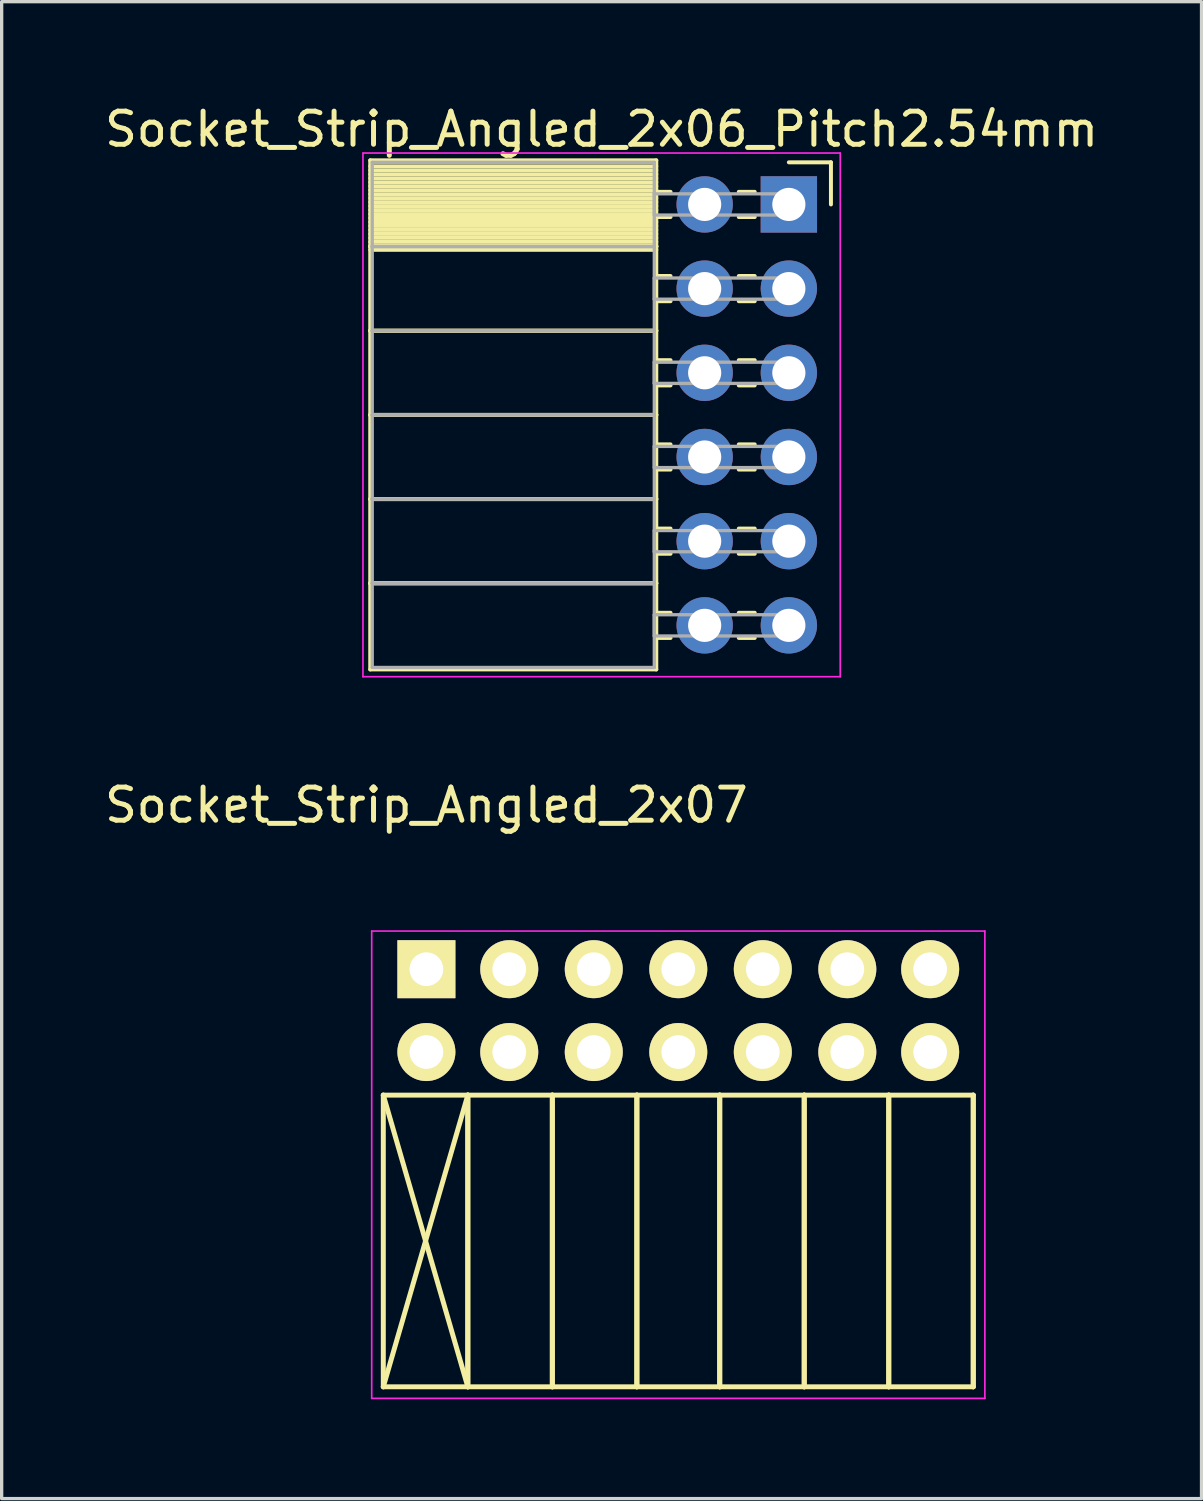
<source format=kicad_pcb>
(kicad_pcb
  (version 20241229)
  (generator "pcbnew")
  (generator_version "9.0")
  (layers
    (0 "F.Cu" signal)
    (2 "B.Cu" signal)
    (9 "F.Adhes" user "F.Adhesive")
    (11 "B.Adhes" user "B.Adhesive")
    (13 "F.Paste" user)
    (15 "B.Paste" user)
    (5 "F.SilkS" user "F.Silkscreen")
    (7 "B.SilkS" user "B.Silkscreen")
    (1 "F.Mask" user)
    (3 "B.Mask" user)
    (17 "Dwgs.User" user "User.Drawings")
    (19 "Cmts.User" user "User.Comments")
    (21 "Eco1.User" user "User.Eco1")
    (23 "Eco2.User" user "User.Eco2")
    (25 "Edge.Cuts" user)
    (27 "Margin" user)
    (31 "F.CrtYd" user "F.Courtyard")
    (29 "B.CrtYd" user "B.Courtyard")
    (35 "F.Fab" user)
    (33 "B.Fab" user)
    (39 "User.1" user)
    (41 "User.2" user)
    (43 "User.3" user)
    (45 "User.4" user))
  (footprint "Socket_Strip_Angled_2x07"
    (layer "F.Cu")
    (at 9.815 26.192)
    (property "Reference" "Socket_Strip_Angled_2x07" (at 0 -4.95 0) (layer "F.SilkS") (effects (font (size 1 1) (thickness 0.15))))
    (attr through_hole)
    (fp_line (start -1.3 3.8) (end -1.3 12.6) (stroke (width 0.15) (type solid)) (layer "F.SilkS"))
    (fp_line (start -1.3 3.8) (end 1.25 3.8) (stroke (width 0.15) (type solid)) (layer "F.SilkS"))
    (fp_line (start -1.3 3.8) (end 1.25 12.6) (stroke (width 0.15) (type solid)) (layer "F.SilkS"))
    (fp_line (start -1.3 12.6) (end 1.25 3.8) (stroke (width 0.15) (type solid)) (layer "F.SilkS"))
    (fp_line (start -1.3 12.6) (end 1.25 12.6) (stroke (width 0.15) (type solid)) (layer "F.SilkS"))
    (fp_line (start 1.25 3.8) (end 1.25 12.6) (stroke (width 0.15) (type solid)) (layer "F.SilkS"))
    (fp_line (start 1.25 3.8) (end 3.8 3.8) (stroke (width 0.15) (type solid)) (layer "F.SilkS"))
    (fp_line (start 1.25 12.6) (end 1.25 3.8) (stroke (width 0.15) (type solid)) (layer "F.SilkS"))
    (fp_line (start 1.25 12.6) (end 3.8 12.6) (stroke (width 0.15) (type solid)) (layer "F.SilkS"))
    (fp_line (start 3.8 3.8) (end 3.8 12.6) (stroke (width 0.15) (type solid)) (layer "F.SilkS"))
    (fp_line (start 3.8 3.8) (end 6.35 3.8) (stroke (width 0.15) (type solid)) (layer "F.SilkS"))
    (fp_line (start 3.8 12.6) (end 3.8 3.8) (stroke (width 0.15) (type solid)) (layer "F.SilkS"))
    (fp_line (start 3.8 12.6) (end 6.35 12.6) (stroke (width 0.15) (type solid)) (layer "F.SilkS"))
    (fp_line (start 6.35 3.8) (end 6.35 12.6) (stroke (width 0.15) (type solid)) (layer "F.SilkS"))
    (fp_line (start 6.35 3.8) (end 8.85 3.8) (stroke (width 0.15) (type solid)) (layer "F.SilkS"))
    (fp_line (start 6.35 12.6) (end 6.35 3.8) (stroke (width 0.15) (type solid)) (layer "F.SilkS"))
    (fp_line (start 6.35 12.6) (end 8.85 12.6) (stroke (width 0.15) (type solid)) (layer "F.SilkS"))
    (fp_line (start 8.85 3.8) (end 8.85 12.6) (stroke (width 0.15) (type solid)) (layer "F.SilkS"))
    (fp_line (start 8.85 3.8) (end 11.4 3.8) (stroke (width 0.15) (type solid)) (layer "F.SilkS"))
    (fp_line (start 8.85 12.6) (end 8.85 3.8) (stroke (width 0.15) (type solid)) (layer "F.SilkS"))
    (fp_line (start 8.85 12.6) (end 11.4 12.6) (stroke (width 0.15) (type solid)) (layer "F.SilkS"))
    (fp_line (start 11.4 3.8) (end 11.4 12.6) (stroke (width 0.15) (type solid)) (layer "F.SilkS"))
    (fp_line (start 11.4 3.8) (end 13.95 3.8) (stroke (width 0.15) (type solid)) (layer "F.SilkS"))
    (fp_line (start 11.4 12.6) (end 11.4 3.8) (stroke (width 0.15) (type solid)) (layer "F.SilkS"))
    (fp_line (start 11.4 12.6) (end 13.95 12.6) (stroke (width 0.15) (type solid)) (layer "F.SilkS"))
    (fp_line (start 13.95 3.8) (end 13.95 12.6) (stroke (width 0.15) (type solid)) (layer "F.SilkS"))
    (fp_line (start 13.95 3.8) (end 16.5 3.8) (stroke (width 0.15) (type solid)) (layer "F.SilkS"))
    (fp_line (start 13.95 12.6) (end 13.95 3.8) (stroke (width 0.15) (type solid)) (layer "F.SilkS"))
    (fp_line (start 13.95 12.6) (end 16.5 12.6) (stroke (width 0.15) (type solid)) (layer "F.SilkS"))
    (fp_line (start 16.5 3.8) (end 16.5 12.6) (stroke (width 0.15) (type solid)) (layer "F.SilkS"))
    (fp_line (start 16.5 12.6) (end 16.5 3.8) (stroke (width 0.15) (type solid)) (layer "F.SilkS"))
    (fp_line (start -1.65 -1.15) (end -1.65 12.95) (stroke (width 0.05) (type solid)) (layer "F.CrtYd"))
    (fp_line (start -1.65 -1.15) (end 16.85 -1.15) (stroke (width 0.05) (type solid)) (layer "F.CrtYd"))
    (fp_line (start -1.65 12.95) (end 16.85 12.95) (stroke (width 0.05) (type solid)) (layer "F.CrtYd"))
    (fp_line (start 16.85 -1.15) (end 16.85 12.95) (stroke (width 0.05) (type solid)) (layer "F.CrtYd"))
    (pad "1" thru_hole rect (at 0 0) (size 1.75 1.75) (drill 1.016) (layers "*.Cu" "*.Mask" "F.SilkS"))
    (pad "2" thru_hole oval (at 0 2.5) (size 1.75 1.75) (drill 1.016) (layers "*.Cu" "*.Mask" "F.SilkS"))
    (pad "3" thru_hole oval (at 2.5 0) (size 1.75 1.75) (drill 1.016) (layers "*.Cu" "*.Mask" "F.SilkS"))
    (pad "4" thru_hole oval (at 2.5 2.5) (size 1.75 1.75) (drill 1.016) (layers "*.Cu" "*.Mask" "F.SilkS"))
    (pad "5" thru_hole oval (at 5.05 0) (size 1.75 1.75) (drill 1.016) (layers "*.Cu" "*.Mask" "F.SilkS"))
    (pad "6" thru_hole oval (at 5.05 2.5) (size 1.75 1.75) (drill 1.016) (layers "*.Cu" "*.Mask" "F.SilkS"))
    (pad "7" thru_hole oval (at 7.6 0) (size 1.75 1.75) (drill 1.016) (layers "*.Cu" "*.Mask" "F.SilkS"))
    (pad "8" thru_hole oval (at 7.6 2.5) (size 1.75 1.75) (drill 1.016) (layers "*.Cu" "*.Mask" "F.SilkS"))
    (pad "9" thru_hole oval (at 10.15 0) (size 1.75 1.75) (drill 1.016) (layers "*.Cu" "*.Mask" "F.SilkS"))
    (pad "10" thru_hole oval (at 10.15 2.5) (size 1.75 1.75) (drill 1.016) (layers "*.Cu" "*.Mask" "F.SilkS"))
    (pad "11" thru_hole oval (at 12.7 0) (size 1.75 1.75) (drill 1.016) (layers "*.Cu" "*.Mask" "F.SilkS"))
    (pad "12" thru_hole oval (at 12.7 2.5) (size 1.75 1.75) (drill 1.016) (layers "*.Cu" "*.Mask" "F.SilkS"))
    (pad "13" thru_hole oval (at 15.2 0) (size 1.75 1.75) (drill 1.016) (layers "*.Cu" "*.Mask" "F.SilkS"))
    (pad "14" thru_hole oval (at 15.2 2.5) (size 1.75 1.75) (drill 1.016) (layers "*.Cu" "*.Mask" "F.SilkS")))
  (footprint "Socket_Strip_Angled_2x06_Pitch2.54mm"
    (layer "F.Cu")
    (at 20.751 3.118)
    (property "Reference" "Socket_Strip_Angled_2x06_Pitch2.54mm" (at -5.65 -2.27 0) (layer "F.SilkS") (effects (font (size 1 1) (thickness 0.15))))
    (attr through_hole)
    (fp_line (start -12.63 -1.33) (end -4 -1.33) (stroke (width 0.12) (type solid)) (layer "F.SilkS"))
    (fp_line (start -12.63 1.27) (end -12.63 -1.33) (stroke (width 0.12) (type solid)) (layer "F.SilkS"))
    (fp_line (start -12.63 1.27) (end -4 1.27) (stroke (width 0.12) (type solid)) (layer "F.SilkS"))
    (fp_line (start -12.63 3.81) (end -12.63 1.27) (stroke (width 0.12) (type solid)) (layer "F.SilkS"))
    (fp_line (start -12.63 3.81) (end -4 3.81) (stroke (width 0.12) (type solid)) (layer "F.SilkS"))
    (fp_line (start -12.63 6.35) (end -12.63 3.81) (stroke (width 0.12) (type solid)) (layer "F.SilkS"))
    (fp_line (start -12.63 6.35) (end -4 6.35) (stroke (width 0.12) (type solid)) (layer "F.SilkS"))
    (fp_line (start -12.63 8.89) (end -12.63 6.35) (stroke (width 0.12) (type solid)) (layer "F.SilkS"))
    (fp_line (start -12.63 8.89) (end -4 8.89) (stroke (width 0.12) (type solid)) (layer "F.SilkS"))
    (fp_line (start -12.63 11.43) (end -12.63 8.89) (stroke (width 0.12) (type solid)) (layer "F.SilkS"))
    (fp_line (start -12.63 11.43) (end -4 11.43) (stroke (width 0.12) (type solid)) (layer "F.SilkS"))
    (fp_line (start -12.63 14.03) (end -12.63 11.43) (stroke (width 0.12) (type solid)) (layer "F.SilkS"))
    (fp_line (start -4 -1.33) (end -4 1.27) (stroke (width 0.12) (type solid)) (layer "F.SilkS"))
    (fp_line (start -4 -1.15) (end -12.63 -1.15) (stroke (width 0.12) (type solid)) (layer "F.SilkS"))
    (fp_line (start -4 -1.03) (end -12.63 -1.03) (stroke (width 0.12) (type solid)) (layer "F.SilkS"))
    (fp_line (start -4 -0.91) (end -12.63 -0.91) (stroke (width 0.12) (type solid)) (layer "F.SilkS"))
    (fp_line (start -4 -0.79) (end -12.63 -0.79) (stroke (width 0.12) (type solid)) (layer "F.SilkS"))
    (fp_line (start -4 -0.67) (end -12.63 -0.67) (stroke (width 0.12) (type solid)) (layer "F.SilkS"))
    (fp_line (start -4 -0.55) (end -12.63 -0.55) (stroke (width 0.12) (type solid)) (layer "F.SilkS"))
    (fp_line (start -4 -0.43) (end -12.63 -0.43) (stroke (width 0.12) (type solid)) (layer "F.SilkS"))
    (fp_line (start -4 -0.31) (end -12.63 -0.31) (stroke (width 0.12) (type solid)) (layer "F.SilkS"))
    (fp_line (start -4 -0.19) (end -12.63 -0.19) (stroke (width 0.12) (type solid)) (layer "F.SilkS"))
    (fp_line (start -4 -0.07) (end -12.63 -0.07) (stroke (width 0.12) (type solid)) (layer "F.SilkS"))
    (fp_line (start -4 0.05) (end -12.63 0.05) (stroke (width 0.12) (type solid)) (layer "F.SilkS"))
    (fp_line (start -4 0.17) (end -12.63 0.17) (stroke (width 0.12) (type solid)) (layer "F.SilkS"))
    (fp_line (start -4 0.29) (end -12.63 0.29) (stroke (width 0.12) (type solid)) (layer "F.SilkS"))
    (fp_line (start -4 0.41) (end -12.63 0.41) (stroke (width 0.12) (type solid)) (layer "F.SilkS"))
    (fp_line (start -4 0.53) (end -12.63 0.53) (stroke (width 0.12) (type solid)) (layer "F.SilkS"))
    (fp_line (start -4 0.65) (end -12.63 0.65) (stroke (width 0.12) (type solid)) (layer "F.SilkS"))
    (fp_line (start -4 0.77) (end -12.63 0.77) (stroke (width 0.12) (type solid)) (layer "F.SilkS"))
    (fp_line (start -4 0.89) (end -12.63 0.89) (stroke (width 0.12) (type solid)) (layer "F.SilkS"))
    (fp_line (start -4 1.01) (end -12.63 1.01) (stroke (width 0.12) (type solid)) (layer "F.SilkS"))
    (fp_line (start -4 1.13) (end -12.63 1.13) (stroke (width 0.12) (type solid)) (layer "F.SilkS"))
    (fp_line (start -4 1.25) (end -12.63 1.25) (stroke (width 0.12) (type solid)) (layer "F.SilkS"))
    (fp_line (start -4 1.27) (end -12.63 1.27) (stroke (width 0.12) (type solid)) (layer "F.SilkS"))
    (fp_line (start -4 1.27) (end -4 3.81) (stroke (width 0.12) (type solid)) (layer "F.SilkS"))
    (fp_line (start -4 1.37) (end -12.63 1.37) (stroke (width 0.12) (type solid)) (layer "F.SilkS"))
    (fp_line (start -4 3.81) (end -12.63 3.81) (stroke (width 0.12) (type solid)) (layer "F.SilkS"))
    (fp_line (start -4 3.81) (end -4 6.35) (stroke (width 0.12) (type solid)) (layer "F.SilkS"))
    (fp_line (start -4 6.35) (end -12.63 6.35) (stroke (width 0.12) (type solid)) (layer "F.SilkS"))
    (fp_line (start -4 6.35) (end -4 8.89) (stroke (width 0.12) (type solid)) (layer "F.SilkS"))
    (fp_line (start -4 8.89) (end -12.63 8.89) (stroke (width 0.12) (type solid)) (layer "F.SilkS"))
    (fp_line (start -4 8.89) (end -4 11.43) (stroke (width 0.12) (type solid)) (layer "F.SilkS"))
    (fp_line (start -4 11.43) (end -12.63 11.43) (stroke (width 0.12) (type solid)) (layer "F.SilkS"))
    (fp_line (start -4 11.43) (end -4 14.03) (stroke (width 0.12) (type solid)) (layer "F.SilkS"))
    (fp_line (start -4 14.03) (end -12.63 14.03) (stroke (width 0.12) (type solid)) (layer "F.SilkS"))
    (fp_line (start -3.57 -0.38) (end -4 -0.38) (stroke (width 0.12) (type solid)) (layer "F.SilkS"))
    (fp_line (start -3.57 0.38) (end -4 0.38) (stroke (width 0.12) (type solid)) (layer "F.SilkS"))
    (fp_line (start -3.57 2.16) (end -4 2.16) (stroke (width 0.12) (type solid)) (layer "F.SilkS"))
    (fp_line (start -3.57 2.92) (end -4 2.92) (stroke (width 0.12) (type solid)) (layer "F.SilkS"))
    (fp_line (start -3.57 4.7) (end -4 4.7) (stroke (width 0.12) (type solid)) (layer "F.SilkS"))
    (fp_line (start -3.57 5.46) (end -4 5.46) (stroke (width 0.12) (type solid)) (layer "F.SilkS"))
    (fp_line (start -3.57 7.24) (end -4 7.24) (stroke (width 0.12) (type solid)) (layer "F.SilkS"))
    (fp_line (start -3.57 8) (end -4 8) (stroke (width 0.12) (type solid)) (layer "F.SilkS"))
    (fp_line (start -3.57 9.78) (end -4 9.78) (stroke (width 0.12) (type solid)) (layer "F.SilkS"))
    (fp_line (start -3.57 10.54) (end -4 10.54) (stroke (width 0.12) (type solid)) (layer "F.SilkS"))
    (fp_line (start -3.57 12.32) (end -4 12.32) (stroke (width 0.12) (type solid)) (layer "F.SilkS"))
    (fp_line (start -3.57 13.08) (end -4 13.08) (stroke (width 0.12) (type solid)) (layer "F.SilkS"))
    (fp_line (start -1.03 -0.38) (end -1.51 -0.38) (stroke (width 0.12) (type solid)) (layer "F.SilkS"))
    (fp_line (start -1.03 0.38) (end -1.51 0.38) (stroke (width 0.12) (type solid)) (layer "F.SilkS"))
    (fp_line (start -1.03 2.16) (end -1.51 2.16) (stroke (width 0.12) (type solid)) (layer "F.SilkS"))
    (fp_line (start -1.03 2.92) (end -1.51 2.92) (stroke (width 0.12) (type solid)) (layer "F.SilkS"))
    (fp_line (start -1.03 4.7) (end -1.51 4.7) (stroke (width 0.12) (type solid)) (layer "F.SilkS"))
    (fp_line (start -1.03 5.46) (end -1.51 5.46) (stroke (width 0.12) (type solid)) (layer "F.SilkS"))
    (fp_line (start -1.03 7.24) (end -1.51 7.24) (stroke (width 0.12) (type solid)) (layer "F.SilkS"))
    (fp_line (start -1.03 8) (end -1.51 8) (stroke (width 0.12) (type solid)) (layer "F.SilkS"))
    (fp_line (start -1.03 9.78) (end -1.51 9.78) (stroke (width 0.12) (type solid)) (layer "F.SilkS"))
    (fp_line (start -1.03 10.54) (end -1.51 10.54) (stroke (width 0.12) (type solid)) (layer "F.SilkS"))
    (fp_line (start -1.03 12.32) (end -1.51 12.32) (stroke (width 0.12) (type solid)) (layer "F.SilkS"))
    (fp_line (start -1.03 13.08) (end -1.51 13.08) (stroke (width 0.12) (type solid)) (layer "F.SilkS"))
    (fp_line (start 0 -1.27) (end 1.27 -1.27) (stroke (width 0.12) (type solid)) (layer "F.SilkS"))
    (fp_line (start 1.27 -1.27) (end 1.27 0) (stroke (width 0.12) (type solid)) (layer "F.SilkS"))
    (fp_line (start -12.85 -1.55) (end 1.55 -1.55) (stroke (width 0.05) (type solid)) (layer "F.CrtYd"))
    (fp_line (start -12.85 14.25) (end -12.85 -1.55) (stroke (width 0.05) (type solid)) (layer "F.CrtYd"))
    (fp_line (start 1.55 -1.55) (end 1.55 14.25) (stroke (width 0.05) (type solid)) (layer "F.CrtYd"))
    (fp_line (start 1.55 14.25) (end -12.85 14.25) (stroke (width 0.05) (type solid)) (layer "F.CrtYd"))
    (fp_line (start -12.57 -1.27) (end -4.06 -1.27) (stroke (width 0.1) (type solid)) (layer "F.Fab"))
    (fp_line (start -12.57 1.27) (end -12.57 -1.27) (stroke (width 0.1) (type solid)) (layer "F.Fab"))
    (fp_line (start -12.57 1.27) (end -4.06 1.27) (stroke (width 0.1) (type solid)) (layer "F.Fab"))
    (fp_line (start -12.57 3.81) (end -12.57 1.27) (stroke (width 0.1) (type solid)) (layer "F.Fab"))
    (fp_line (start -12.57 3.81) (end -4.06 3.81) (stroke (width 0.1) (type solid)) (layer "F.Fab"))
    (fp_line (start -12.57 6.35) (end -12.57 3.81) (stroke (width 0.1) (type solid)) (layer "F.Fab"))
    (fp_line (start -12.57 6.35) (end -4.06 6.35) (stroke (width 0.1) (type solid)) (layer "F.Fab"))
    (fp_line (start -12.57 8.89) (end -12.57 6.35) (stroke (width 0.1) (type solid)) (layer "F.Fab"))
    (fp_line (start -12.57 8.89) (end -4.06 8.89) (stroke (width 0.1) (type solid)) (layer "F.Fab"))
    (fp_line (start -12.57 11.43) (end -12.57 8.89) (stroke (width 0.1) (type solid)) (layer "F.Fab"))
    (fp_line (start -12.57 11.43) (end -4.06 11.43) (stroke (width 0.1) (type solid)) (layer "F.Fab"))
    (fp_line (start -12.57 13.97) (end -12.57 11.43) (stroke (width 0.1) (type solid)) (layer "F.Fab"))
    (fp_line (start -4.06 -1.27) (end -4.06 1.27) (stroke (width 0.1) (type solid)) (layer "F.Fab"))
    (fp_line (start -4.06 -0.32) (end 0 -0.32) (stroke (width 0.1) (type solid)) (layer "F.Fab"))
    (fp_line (start -4.06 0.32) (end -4.06 -0.32) (stroke (width 0.1) (type solid)) (layer "F.Fab"))
    (fp_line (start -4.06 1.27) (end -12.57 1.27) (stroke (width 0.1) (type solid)) (layer "F.Fab"))
    (fp_line (start -4.06 1.27) (end -4.06 3.81) (stroke (width 0.1) (type solid)) (layer "F.Fab"))
    (fp_line (start -4.06 2.22) (end 0 2.22) (stroke (width 0.1) (type solid)) (layer "F.Fab"))
    (fp_line (start -4.06 2.86) (end -4.06 2.22) (stroke (width 0.1) (type solid)) (layer "F.Fab"))
    (fp_line (start -4.06 3.81) (end -12.57 3.81) (stroke (width 0.1) (type solid)) (layer "F.Fab"))
    (fp_line (start -4.06 3.81) (end -4.06 6.35) (stroke (width 0.1) (type solid)) (layer "F.Fab"))
    (fp_line (start -4.06 4.76) (end 0 4.76) (stroke (width 0.1) (type solid)) (layer "F.Fab"))
    (fp_line (start -4.06 5.4) (end -4.06 4.76) (stroke (width 0.1) (type solid)) (layer "F.Fab"))
    (fp_line (start -4.06 6.35) (end -12.57 6.35) (stroke (width 0.1) (type solid)) (layer "F.Fab"))
    (fp_line (start -4.06 6.35) (end -4.06 8.89) (stroke (width 0.1) (type solid)) (layer "F.Fab"))
    (fp_line (start -4.06 7.3) (end 0 7.3) (stroke (width 0.1) (type solid)) (layer "F.Fab"))
    (fp_line (start -4.06 7.94) (end -4.06 7.3) (stroke (width 0.1) (type solid)) (layer "F.Fab"))
    (fp_line (start -4.06 8.89) (end -12.57 8.89) (stroke (width 0.1) (type solid)) (layer "F.Fab"))
    (fp_line (start -4.06 8.89) (end -4.06 11.43) (stroke (width 0.1) (type solid)) (layer "F.Fab"))
    (fp_line (start -4.06 9.84) (end 0 9.84) (stroke (width 0.1) (type solid)) (layer "F.Fab"))
    (fp_line (start -4.06 10.48) (end -4.06 9.84) (stroke (width 0.1) (type solid)) (layer "F.Fab"))
    (fp_line (start -4.06 11.43) (end -12.57 11.43) (stroke (width 0.1) (type solid)) (layer "F.Fab"))
    (fp_line (start -4.06 11.43) (end -4.06 13.97) (stroke (width 0.1) (type solid)) (layer "F.Fab"))
    (fp_line (start -4.06 12.38) (end 0 12.38) (stroke (width 0.1) (type solid)) (layer "F.Fab"))
    (fp_line (start -4.06 13.02) (end -4.06 12.38) (stroke (width 0.1) (type solid)) (layer "F.Fab"))
    (fp_line (start -4.06 13.97) (end -12.57 13.97) (stroke (width 0.1) (type solid)) (layer "F.Fab"))
    (fp_line (start 0 -0.32) (end 0 0.32) (stroke (width 0.1) (type solid)) (layer "F.Fab"))
    (fp_line (start 0 0.32) (end -4.06 0.32) (stroke (width 0.1) (type solid)) (layer "F.Fab"))
    (fp_line (start 0 2.22) (end 0 2.86) (stroke (width 0.1) (type solid)) (layer "F.Fab"))
    (fp_line (start 0 2.86) (end -4.06 2.86) (stroke (width 0.1) (type solid)) (layer "F.Fab"))
    (fp_line (start 0 4.76) (end 0 5.4) (stroke (width 0.1) (type solid)) (layer "F.Fab"))
    (fp_line (start 0 5.4) (end -4.06 5.4) (stroke (width 0.1) (type solid)) (layer "F.Fab"))
    (fp_line (start 0 7.3) (end 0 7.94) (stroke (width 0.1) (type solid)) (layer "F.Fab"))
    (fp_line (start 0 7.94) (end -4.06 7.94) (stroke (width 0.1) (type solid)) (layer "F.Fab"))
    (fp_line (start 0 9.84) (end 0 10.48) (stroke (width 0.1) (type solid)) (layer "F.Fab"))
    (fp_line (start 0 10.48) (end -4.06 10.48) (stroke (width 0.1) (type solid)) (layer "F.Fab"))
    (fp_line (start 0 12.38) (end 0 13.02) (stroke (width 0.1) (type solid)) (layer "F.Fab"))
    (fp_line (start 0 13.02) (end -4.06 13.02) (stroke (width 0.1) (type solid)) (layer "F.Fab"))
    (pad "1" thru_hole rect (at 0 0) (size 1.7 1.7) (drill 1) (layers "*.Cu" "*.Mask"))
    (pad "2" thru_hole oval (at -2.54 0) (size 1.7 1.7) (drill 1) (layers "*.Cu" "*.Mask"))
    (pad "3" thru_hole oval (at 0 2.54) (size 1.7 1.7) (drill 1) (layers "*.Cu" "*.Mask"))
    (pad "4" thru_hole oval (at -2.54 2.54) (size 1.7 1.7) (drill 1) (layers "*.Cu" "*.Mask"))
    (pad "5" thru_hole oval (at 0 5.08) (size 1.7 1.7) (drill 1) (layers "*.Cu" "*.Mask"))
    (pad "6" thru_hole oval (at -2.54 5.08) (size 1.7 1.7) (drill 1) (layers "*.Cu" "*.Mask"))
    (pad "7" thru_hole oval (at 0 7.62) (size 1.7 1.7) (drill 1) (layers "*.Cu" "*.Mask"))
    (pad "8" thru_hole oval (at -2.54 7.62) (size 1.7 1.7) (drill 1) (layers "*.Cu" "*.Mask"))
    (pad "9" thru_hole oval (at 0 10.16) (size 1.7 1.7) (drill 1) (layers "*.Cu" "*.Mask"))
    (pad "10" thru_hole oval (at -2.54 10.16) (size 1.7 1.7) (drill 1) (layers "*.Cu" "*.Mask"))
    (pad "11" thru_hole oval (at 0 12.7) (size 1.7 1.7) (drill 1) (layers "*.Cu" "*.Mask"))
    (pad "12" thru_hole oval (at -2.54 12.7) (size 1.7 1.7) (drill 1) (layers "*.Cu" "*.Mask")))
  (gr_rect
    (start -3 -3)
    (end 33.202 42.166)
    (stroke (width 0.1) (type default))
    (fill no)
    (layer "Edge.Cuts")))
</source>
